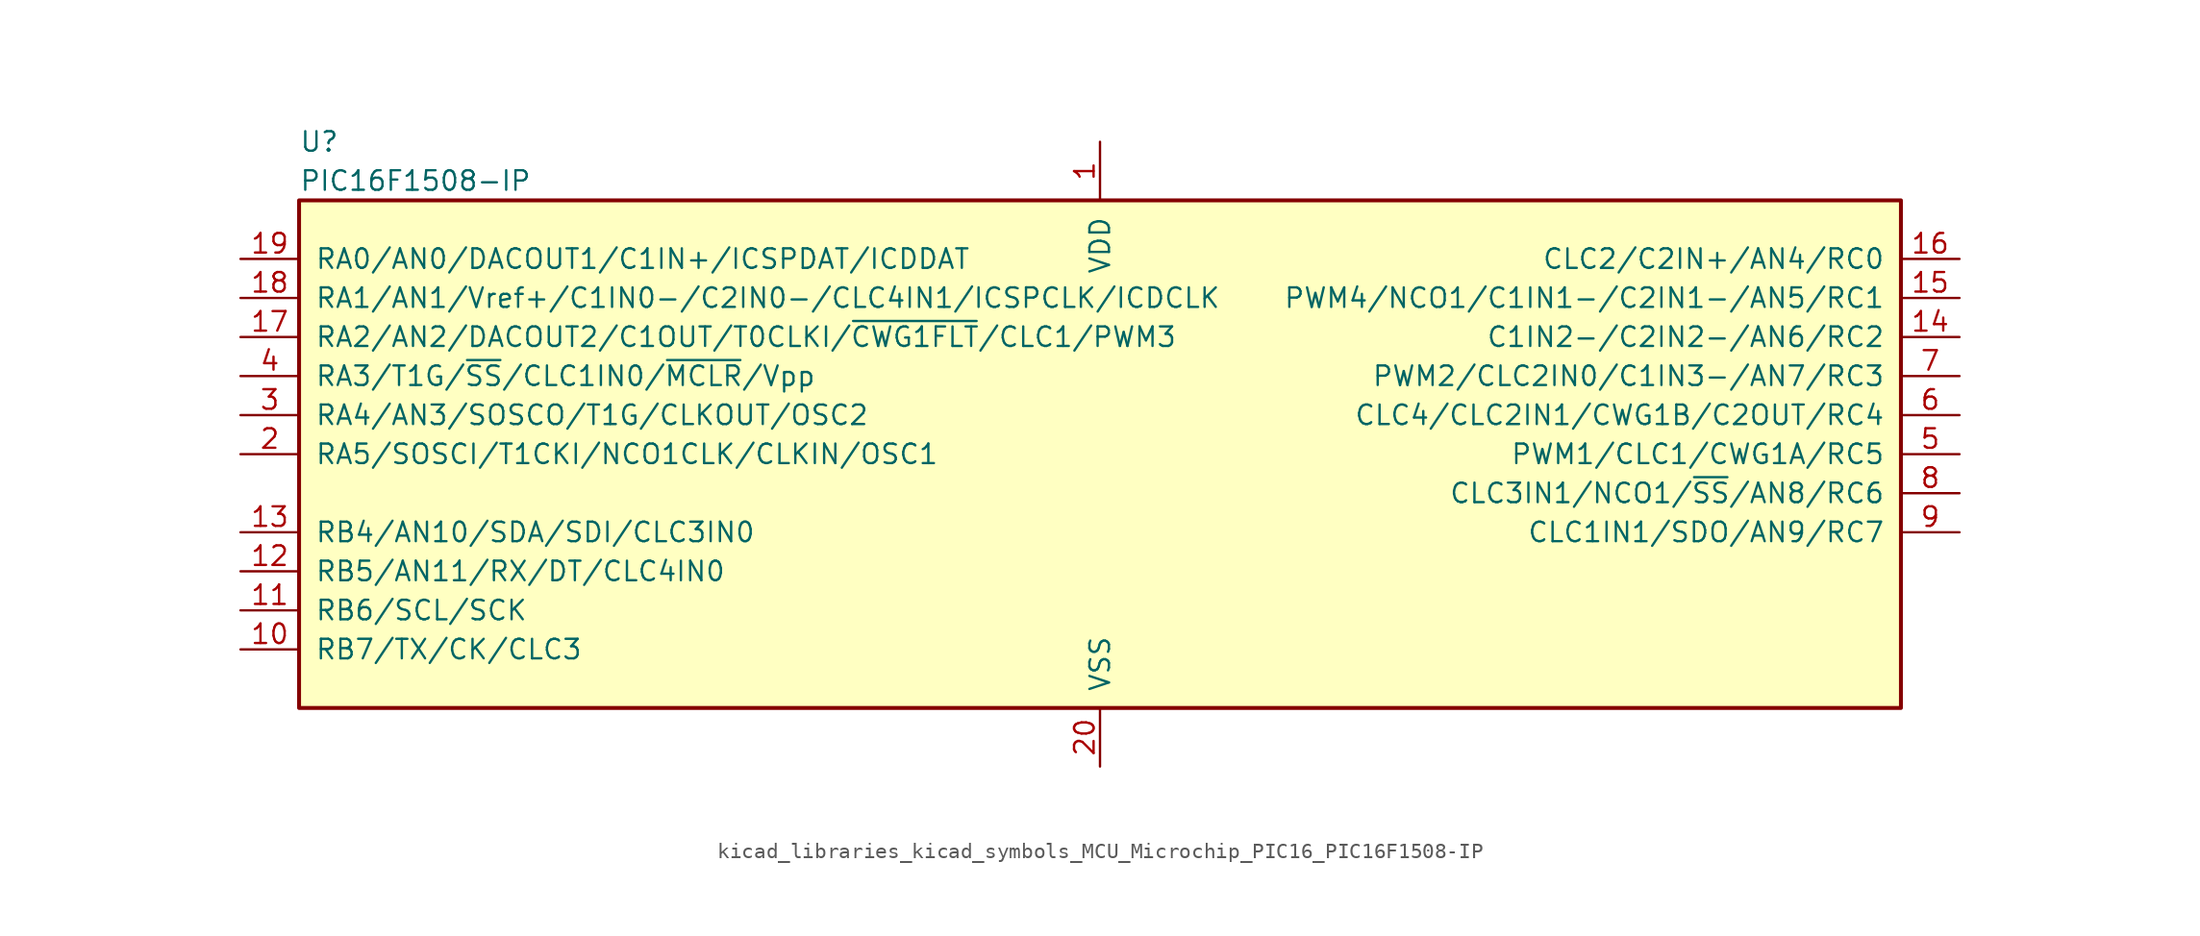
<source format=kicad_sym>
(kicad_symbol_lib
  (version 20220914)
  (generator kicad_symbol_editor)
  (symbol "kicad_libraries_kicad_symbols_MCU_Microchip_PIC16_PIC16F1508-IP"
    (pin_names
      (offset 1.016))
    (property "Reference" "U"
      (at -52.07 20.32 0)
      (effects (font (size 1.27 1.27)) (justify left)))
    (property "Value" "PIC16F1508-IP"
      (at -52.07 17.78 0)
      (effects (font (size 1.27 1.27)) (justify left)))
    (symbol "kicad_libraries_kicad_symbols_MCU_Microchip_PIC16_PIC16F1508-IP_0_1"
      (rectangle (start -52.07 16.51) (end 52.07 -16.51) (stroke (width 0.254) (type default)) (fill (type background))))
    (symbol "kicad_libraries_kicad_symbols_MCU_Microchip_PIC16_PIC16F1508-IP_1_1"
      (pin power_in line (at 0 20.32 270) (length 3.81) (name "VDD" (effects (font (size 1.27 1.27)))) (number "1" (effects (font (size 1.27 1.27)))))
      (pin bidirectional line (at -55.88 -12.7 0) (length 3.81) (name "RB7/TX/CK/CLC3" (effects (font (size 1.27 1.27)))) (number "10" (effects (font (size 1.27 1.27)))))
      (pin bidirectional line (at -55.88 -10.16 0) (length 3.81) (name "RB6/SCL/SCK" (effects (font (size 1.27 1.27)))) (number "11" (effects (font (size 1.27 1.27)))))
      (pin bidirectional line (at -55.88 -7.62 0) (length 3.81) (name "RB5/AN11/RX/DT/CLC4IN0" (effects (font (size 1.27 1.27)))) (number "12" (effects (font (size 1.27 1.27)))))
      (pin bidirectional line (at -55.88 -5.08 0) (length 3.81) (name "RB4/AN10/SDA/SDI/CLC3IN0" (effects (font (size 1.27 1.27)))) (number "13" (effects (font (size 1.27 1.27)))))
      (pin bidirectional line (at 55.88 7.62 180) (length 3.81) (name "C1IN2-/C2IN2-/AN6/RC2" (effects (font (size 1.27 1.27)))) (number "14" (effects (font (size 1.27 1.27)))))
      (pin bidirectional line (at 55.88 10.16 180) (length 3.81) (name "PWM4/NCO1/C1IN1-/C2IN1-/AN5/RC1" (effects (font (size 1.27 1.27)))) (number "15" (effects (font (size 1.27 1.27)))))
      (pin bidirectional line (at 55.88 12.7 180) (length 3.81) (name "CLC2/C2IN+/AN4/RC0" (effects (font (size 1.27 1.27)))) (number "16" (effects (font (size 1.27 1.27)))))
      (pin bidirectional line (at -55.88 7.62 0) (length 3.81) (name "RA2/AN2/DACOUT2/C1OUT/T0CLKI/~{CWG1FLT}/CLC1/PWM3" (effects (font (size 1.27 1.27)))) (number "17" (effects (font (size 1.27 1.27)))))
      (pin bidirectional line (at -55.88 10.16 0) (length 3.81) (name "RA1/AN1/Vref+/C1IN0-/C2IN0-/CLC4IN1/ICSPCLK/ICDCLK" (effects (font (size 1.27 1.27)))) (number "18" (effects (font (size 1.27 1.27)))))
      (pin bidirectional line (at -55.88 12.7 0) (length 3.81) (name "RA0/AN0/DACOUT1/C1IN+/ICSPDAT/ICDDAT" (effects (font (size 1.27 1.27)))) (number "19" (effects (font (size 1.27 1.27)))))
      (pin bidirectional line (at -55.88 0 0) (length 3.81) (name "RA5/SOSCI/T1CKI/NCO1CLK/CLKIN/OSC1" (effects (font (size 1.27 1.27)))) (number "2" (effects (font (size 1.27 1.27)))))
      (pin power_in line (at 0 -20.32 90) (length 3.81) (name "VSS" (effects (font (size 1.27 1.27)))) (number "20" (effects (font (size 1.27 1.27)))))
      (pin bidirectional line (at -55.88 2.54 0) (length 3.81) (name "RA4/AN3/SOSCO/T1G/CLKOUT/OSC2" (effects (font (size 1.27 1.27)))) (number "3" (effects (font (size 1.27 1.27)))))
      (pin input line (at -55.88 5.08 0) (length 3.81) (name "RA3/T1G/~{SS}/CLC1IN0/~{MCLR}/Vpp" (effects (font (size 1.27 1.27)))) (number "4" (effects (font (size 1.27 1.27)))))
      (pin bidirectional line (at 55.88 0 180) (length 3.81) (name "PWM1/CLC1/CWG1A/RC5" (effects (font (size 1.27 1.27)))) (number "5" (effects (font (size 1.27 1.27)))))
      (pin bidirectional line (at 55.88 2.54 180) (length 3.81) (name "CLC4/CLC2IN1/CWG1B/C2OUT/RC4" (effects (font (size 1.27 1.27)))) (number "6" (effects (font (size 1.27 1.27)))))
      (pin bidirectional line (at 55.88 5.08 180) (length 3.81) (name "PWM2/CLC2IN0/C1IN3-/AN7/RC3" (effects (font (size 1.27 1.27)))) (number "7" (effects (font (size 1.27 1.27)))))
      (pin bidirectional line (at 55.88 -2.54 180) (length 3.81) (name "CLC3IN1/NCO1/~{SS}/AN8/RC6" (effects (font (size 1.27 1.27)))) (number "8" (effects (font (size 1.27 1.27)))))
      (pin bidirectional line (at 55.88 -5.08 180) (length 3.81) (name "CLC1IN1/SDO/AN9/RC7" (effects (font (size 1.27 1.27)))) (number "9" (effects (font (size 1.27 1.27))))))))
</source>
